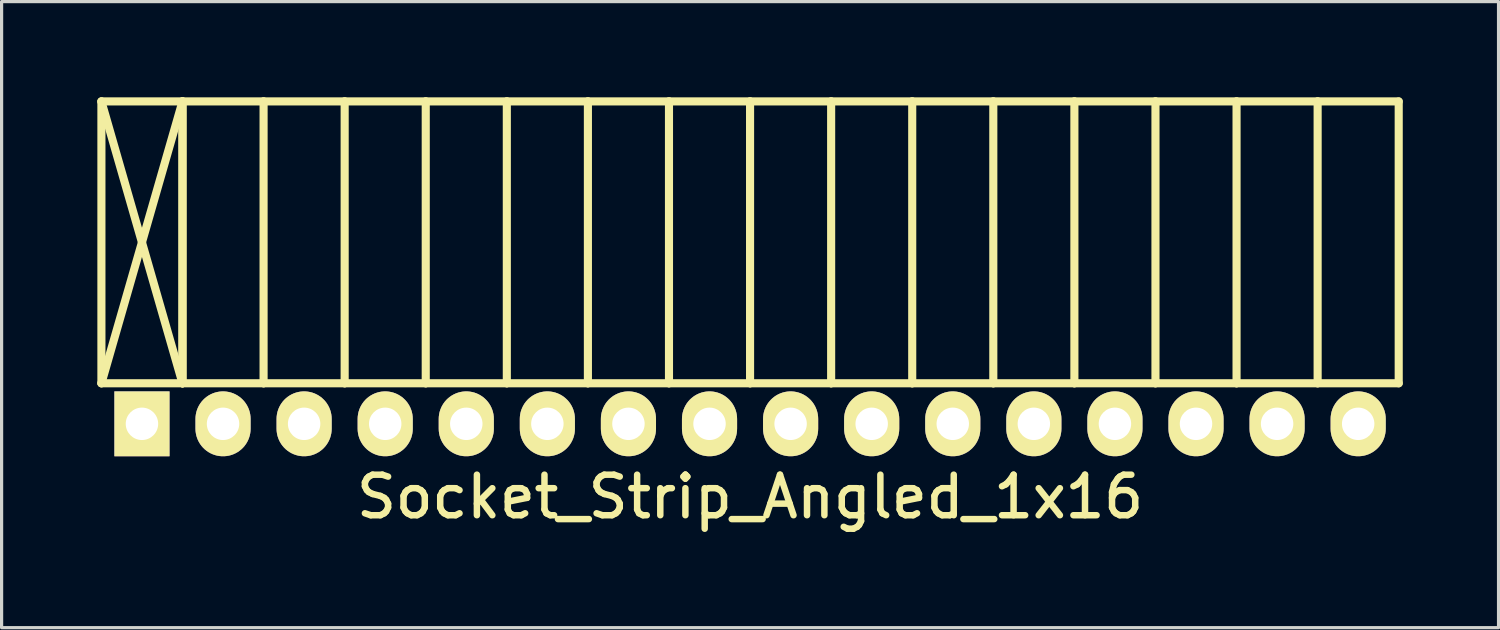
<source format=kicad_pcb>
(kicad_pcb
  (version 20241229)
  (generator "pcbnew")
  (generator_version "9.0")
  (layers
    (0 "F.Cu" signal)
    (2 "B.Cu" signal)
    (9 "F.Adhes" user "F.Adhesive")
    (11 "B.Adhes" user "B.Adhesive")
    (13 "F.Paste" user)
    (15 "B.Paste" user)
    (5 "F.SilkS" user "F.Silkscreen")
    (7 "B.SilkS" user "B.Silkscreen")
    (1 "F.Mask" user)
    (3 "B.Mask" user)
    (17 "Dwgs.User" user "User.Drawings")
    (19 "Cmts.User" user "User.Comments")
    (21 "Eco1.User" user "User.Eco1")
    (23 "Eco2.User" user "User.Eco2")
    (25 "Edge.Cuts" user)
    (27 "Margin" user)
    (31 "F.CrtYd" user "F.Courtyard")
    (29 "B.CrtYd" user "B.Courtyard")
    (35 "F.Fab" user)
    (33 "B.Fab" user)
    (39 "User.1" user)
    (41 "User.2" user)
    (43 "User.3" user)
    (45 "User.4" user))
  (footprint "Socket_Strip_Angled_1x16"
    (layer "F.Cu")
    (at 20.447 10.227)
    (property "Reference" "Socket_Strip_Angled_1x16" (at 0 2.286 0) (layer "F.SilkS") (effects (font (size 1.27 1.27) (thickness 0.203))))
    (attr through_hole)
    (fp_line (start -20.32 -10.1) (end -17.78 -10.1) (stroke (width 0.254) (type solid)) (layer "F.SilkS"))
    (fp_line (start -20.32 -10.1) (end -17.78 -1.27) (stroke (width 0.254) (type solid)) (layer "F.SilkS"))
    (fp_line (start -20.32 -1.27) (end -20.32 -10.1) (stroke (width 0.254) (type solid)) (layer "F.SilkS"))
    (fp_line (start -20.32 -1.27) (end -17.78 -10.1) (stroke (width 0.254) (type solid)) (layer "F.SilkS"))
    (fp_line (start -20.32 -1.27) (end -17.78 -1.27) (stroke (width 0.254) (type solid)) (layer "F.SilkS"))
    (fp_line (start -17.78 -10.1) (end -17.78 -1.27) (stroke (width 0.254) (type solid)) (layer "F.SilkS"))
    (fp_line (start -17.78 -10.1) (end -15.24 -10.1) (stroke (width 0.254) (type solid)) (layer "F.SilkS"))
    (fp_line (start -17.78 -1.27) (end -17.78 -10.1) (stroke (width 0.254) (type solid)) (layer "F.SilkS"))
    (fp_line (start -17.78 -1.27) (end -15.24 -1.27) (stroke (width 0.254) (type solid)) (layer "F.SilkS"))
    (fp_line (start -15.24 -10.1) (end -15.24 -1.27) (stroke (width 0.254) (type solid)) (layer "F.SilkS"))
    (fp_line (start -15.24 -10.1) (end -12.7 -10.1) (stroke (width 0.254) (type solid)) (layer "F.SilkS"))
    (fp_line (start -15.24 -1.27) (end -12.7 -1.27) (stroke (width 0.254) (type solid)) (layer "F.SilkS"))
    (fp_line (start -12.7 -10.1) (end -12.7 -1.27) (stroke (width 0.254) (type solid)) (layer "F.SilkS"))
    (fp_line (start -12.7 -10.1) (end -10.16 -10.1) (stroke (width 0.254) (type solid)) (layer "F.SilkS"))
    (fp_line (start -12.7 -1.27) (end -10.16 -1.27) (stroke (width 0.254) (type solid)) (layer "F.SilkS"))
    (fp_line (start -10.16 -10.1) (end -10.16 -1.27) (stroke (width 0.254) (type solid)) (layer "F.SilkS"))
    (fp_line (start -10.16 -10.1) (end -7.62 -10.1) (stroke (width 0.254) (type solid)) (layer "F.SilkS"))
    (fp_line (start -10.16 -1.27) (end -7.62 -1.27) (stroke (width 0.254) (type solid)) (layer "F.SilkS"))
    (fp_line (start -7.62 -10.1) (end -7.62 -1.27) (stroke (width 0.254) (type solid)) (layer "F.SilkS"))
    (fp_line (start -7.62 -10.1) (end -5.08 -10.1) (stroke (width 0.254) (type solid)) (layer "F.SilkS"))
    (fp_line (start -7.62 -1.27) (end -5.08 -1.27) (stroke (width 0.254) (type solid)) (layer "F.SilkS"))
    (fp_line (start -5.08 -10.1) (end -5.08 -1.27) (stroke (width 0.254) (type solid)) (layer "F.SilkS"))
    (fp_line (start -5.08 -10.1) (end -2.54 -10.1) (stroke (width 0.254) (type solid)) (layer "F.SilkS"))
    (fp_line (start -5.08 -1.27) (end -2.54 -1.27) (stroke (width 0.254) (type solid)) (layer "F.SilkS"))
    (fp_line (start -2.54 -10.1) (end -2.54 -1.27) (stroke (width 0.254) (type solid)) (layer "F.SilkS"))
    (fp_line (start -2.54 -10.1) (end 0 -10.1) (stroke (width 0.254) (type solid)) (layer "F.SilkS"))
    (fp_line (start -2.54 -1.27) (end 0 -1.27) (stroke (width 0.254) (type solid)) (layer "F.SilkS"))
    (fp_line (start 0 -10.1) (end 0 -1.27) (stroke (width 0.254) (type solid)) (layer "F.SilkS"))
    (fp_line (start 0 -10.1) (end 2.54 -10.1) (stroke (width 0.254) (type solid)) (layer "F.SilkS"))
    (fp_line (start 0 -1.27) (end 2.54 -1.27) (stroke (width 0.254) (type solid)) (layer "F.SilkS"))
    (fp_line (start 2.54 -10.1) (end 2.54 -1.27) (stroke (width 0.254) (type solid)) (layer "F.SilkS"))
    (fp_line (start 2.54 -10.1) (end 5.08 -10.1) (stroke (width 0.254) (type solid)) (layer "F.SilkS"))
    (fp_line (start 2.54 -1.27) (end 5.08 -1.27) (stroke (width 0.254) (type solid)) (layer "F.SilkS"))
    (fp_line (start 5.08 -10.1) (end 5.08 -1.27) (stroke (width 0.254) (type solid)) (layer "F.SilkS"))
    (fp_line (start 5.08 -10.1) (end 7.62 -10.1) (stroke (width 0.254) (type solid)) (layer "F.SilkS"))
    (fp_line (start 5.08 -1.27) (end 7.62 -1.27) (stroke (width 0.254) (type solid)) (layer "F.SilkS"))
    (fp_line (start 7.62 -10.1) (end 7.62 -1.27) (stroke (width 0.254) (type solid)) (layer "F.SilkS"))
    (fp_line (start 7.62 -10.1) (end 10.16 -10.1) (stroke (width 0.254) (type solid)) (layer "F.SilkS"))
    (fp_line (start 7.62 -1.27) (end 10.16 -1.27) (stroke (width 0.254) (type solid)) (layer "F.SilkS"))
    (fp_line (start 10.16 -10.1) (end 10.16 -1.27) (stroke (width 0.254) (type solid)) (layer "F.SilkS"))
    (fp_line (start 10.16 -10.1) (end 12.7 -10.1) (stroke (width 0.254) (type solid)) (layer "F.SilkS"))
    (fp_line (start 10.16 -1.27) (end 12.7 -1.27) (stroke (width 0.254) (type solid)) (layer "F.SilkS"))
    (fp_line (start 12.7 -10.1) (end 12.7 -1.27) (stroke (width 0.254) (type solid)) (layer "F.SilkS"))
    (fp_line (start 12.7 -10.1) (end 15.24 -10.1) (stroke (width 0.254) (type solid)) (layer "F.SilkS"))
    (fp_line (start 12.7 -1.27) (end 15.24 -1.27) (stroke (width 0.254) (type solid)) (layer "F.SilkS"))
    (fp_line (start 15.24 -10.1) (end 15.24 -1.27) (stroke (width 0.254) (type solid)) (layer "F.SilkS"))
    (fp_line (start 15.24 -10.1) (end 17.78 -10.1) (stroke (width 0.254) (type solid)) (layer "F.SilkS"))
    (fp_line (start 15.24 -1.27) (end 17.78 -1.27) (stroke (width 0.254) (type solid)) (layer "F.SilkS"))
    (fp_line (start 17.78 -10.1) (end 17.78 -1.27) (stroke (width 0.254) (type solid)) (layer "F.SilkS"))
    (fp_line (start 17.78 -10.1) (end 20.32 -10.1) (stroke (width 0.254) (type solid)) (layer "F.SilkS"))
    (fp_line (start 17.78 -1.27) (end 20.32 -1.27) (stroke (width 0.254) (type solid)) (layer "F.SilkS"))
    (fp_line (start 20.32 -10.1) (end 20.32 -1.27) (stroke (width 0.254) (type solid)) (layer "F.SilkS"))
    (pad "1" thru_hole rect (at -19.05 0) (size 1.727 2.032) (drill 1.016) (layers "*.Cu" "*.Mask" "F.SilkS"))
    (pad "2" thru_hole oval (at -16.51 0) (size 1.727 2.032) (drill 1.016) (layers "*.Cu" "*.Mask" "F.SilkS"))
    (pad "3" thru_hole oval (at -13.97 0) (size 1.727 2.032) (drill 1.016) (layers "*.Cu" "*.Mask" "F.SilkS"))
    (pad "4" thru_hole oval (at -11.43 0) (size 1.727 2.032) (drill 1.016) (layers "*.Cu" "*.Mask" "F.SilkS"))
    (pad "5" thru_hole oval (at -8.89 0) (size 1.727 2.032) (drill 1.016) (layers "*.Cu" "*.Mask" "F.SilkS"))
    (pad "6" thru_hole oval (at -6.35 0) (size 1.727 2.032) (drill 1.016) (layers "*.Cu" "*.Mask" "F.SilkS"))
    (pad "7" thru_hole oval (at -3.81 0) (size 1.727 2.032) (drill 1.016) (layers "*.Cu" "*.Mask" "F.SilkS"))
    (pad "8" thru_hole oval (at -1.27 0) (size 1.727 2.032) (drill 1.016) (layers "*.Cu" "*.Mask" "F.SilkS"))
    (pad "9" thru_hole oval (at 1.27 0) (size 1.727 2.032) (drill 1.016) (layers "*.Cu" "*.Mask" "F.SilkS"))
    (pad "10" thru_hole oval (at 3.81 0) (size 1.727 2.032) (drill 1.016) (layers "*.Cu" "*.Mask" "F.SilkS"))
    (pad "11" thru_hole oval (at 6.35 0) (size 1.727 2.032) (drill 1.016) (layers "*.Cu" "*.Mask" "F.SilkS"))
    (pad "12" thru_hole oval (at 8.89 0) (size 1.727 2.032) (drill 1.016) (layers "*.Cu" "*.Mask" "F.SilkS"))
    (pad "13" thru_hole oval (at 11.43 0) (size 1.727 2.032) (drill 1.016) (layers "*.Cu" "*.Mask" "F.SilkS"))
    (pad "14" thru_hole oval (at 13.97 0) (size 1.727 2.032) (drill 1.016) (layers "*.Cu" "*.Mask" "F.SilkS"))
    (pad "15" thru_hole oval (at 16.51 0) (size 1.727 2.032) (drill 1.016) (layers "*.Cu" "*.Mask" "F.SilkS"))
    (pad "16" thru_hole oval (at 19.05 0) (size 1.727 2.032) (drill 1.016) (layers "*.Cu" "*.Mask" "F.SilkS")))
  (gr_rect
    (start -3 -3)
    (end 43.894 16.613)
    (stroke (width 0.1) (type default))
    (fill no)
    (layer "Edge.Cuts")))
</source>
